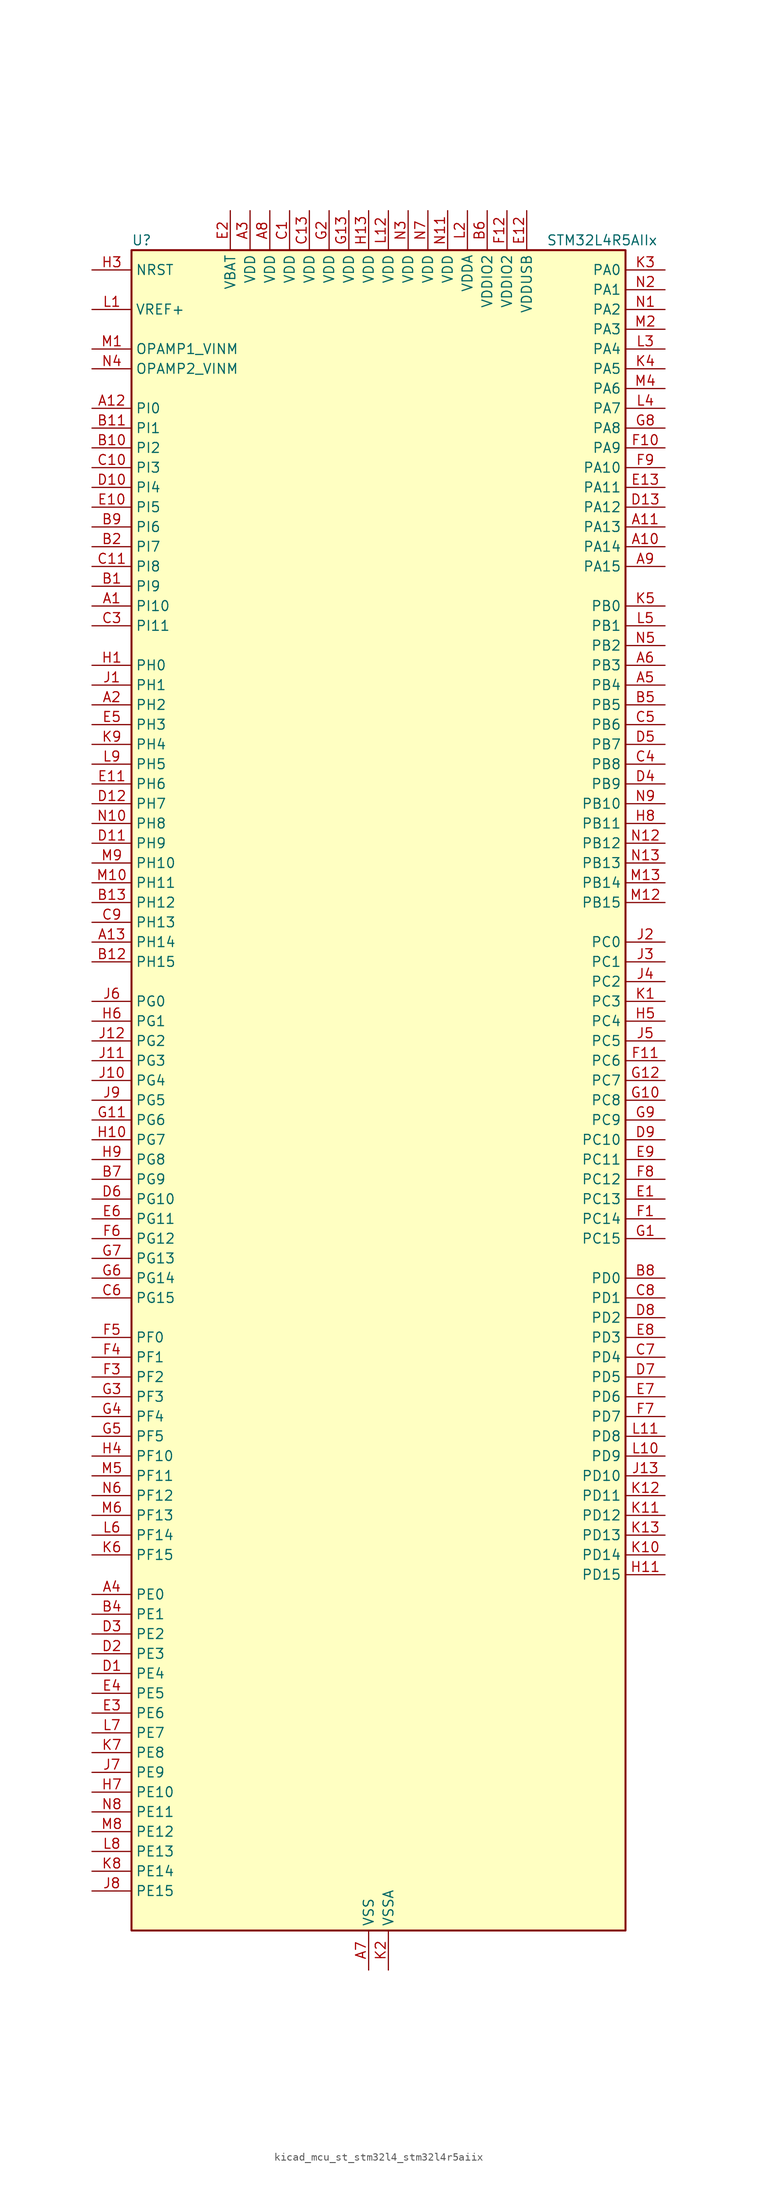
<source format=kicad_sym>
(kicad_symbol_lib
  (version 20220914)
  (generator kicad_symbol_editor)
  (symbol "kicad_mcu_st_stm32l4_stm32l4r5aiix"
    (property "Reference" "U"
      (at -30.48 110.49 0)
      (effects (font (size 1.27 1.27)) (justify left)))
    (property "Value" "STM32L4R5AIIx"
      (at 22.86 110.49 0)
      (effects (font (size 1.27 1.27)) (justify left)))
    (property "ki_locked" ""
      (at 0 0 0)
      (effects (font (size 1.27 1.27))))
    (symbol "kicad_mcu_st_stm32l4_stm32l4r5aiix_0_1"
      (rectangle (start -30.48 -106.68) (end 33.02 109.22) (stroke (width 0.254) (type default)) (fill (type background))))
    (symbol "kicad_mcu_st_stm32l4_stm32l4r5aiix_1_1"
      (pin bidirectional line (at -35.56 63.5 0) (length 5.08) (name "PI10" (effects (font (size 1.27 1.27)))) (number "A1" (effects (font (size 1.27 1.27)))) (alternate "OCTOSPIM_P2_IO1" bidirectional line))
      (pin bidirectional line (at 38.1 71.12 180) (length 5.08) (name "PA14" (effects (font (size 1.27 1.27)))) (number "A10" (effects (font (size 1.27 1.27)))) (alternate "I2C1_SMBA" bidirectional line) (alternate "I2C4_SMBA" bidirectional line) (alternate "LPTIM1_OUT" bidirectional line) (alternate "SAI1_FS_B" bidirectional line) (alternate "SYS_JTCK-SWCLK" bidirectional line) (alternate "USB_OTG_FS_SOF" bidirectional line))
      (pin bidirectional line (at 38.1 73.66 180) (length 5.08) (name "PA13" (effects (font (size 1.27 1.27)))) (number "A11" (effects (font (size 1.27 1.27)))) (alternate "IR_OUT" bidirectional line) (alternate "SAI1_SD_B" bidirectional line) (alternate "SYS_JTMS-SWDIO" bidirectional line) (alternate "USB_OTG_FS_NOE" bidirectional line))
      (pin bidirectional line (at -35.56 88.9 0) (length 5.08) (name "PI0" (effects (font (size 1.27 1.27)))) (number "A12" (effects (font (size 1.27 1.27)))) (alternate "DCMI_D13" bidirectional line) (alternate "OCTOSPIM_P1_IO5" bidirectional line) (alternate "SPI2_NSS" bidirectional line) (alternate "TIM5_CH4" bidirectional line))
      (pin bidirectional line (at -35.56 20.32 0) (length 5.08) (name "PH14" (effects (font (size 1.27 1.27)))) (number "A13" (effects (font (size 1.27 1.27)))) (alternate "DCMI_D4" bidirectional line) (alternate "TIM8_CH2N" bidirectional line))
      (pin bidirectional line (at -35.56 50.8 0) (length 5.08) (name "PH2" (effects (font (size 1.27 1.27)))) (number "A2" (effects (font (size 1.27 1.27)))) (alternate "OCTOSPIM_P1_IO4" bidirectional line))
      (pin power_in line (at -15.24 114.3 270) (length 5.08) (name "VDD" (effects (font (size 1.27 1.27)))) (number "A3" (effects (font (size 1.27 1.27)))))
      (pin bidirectional line (at -35.56 -63.5 0) (length 5.08) (name "PE0" (effects (font (size 1.27 1.27)))) (number "A4" (effects (font (size 1.27 1.27)))) (alternate "DCMI_D2" bidirectional line) (alternate "FMC_NBL0" bidirectional line) (alternate "TIM16_CH1" bidirectional line) (alternate "TIM4_ETR" bidirectional line))
      (pin bidirectional line (at 38.1 53.34 180) (length 5.08) (name "PB4" (effects (font (size 1.27 1.27)))) (number "A5" (effects (font (size 1.27 1.27)))) (alternate "COMP2_INP" bidirectional line) (alternate "DCMI_D12" bidirectional line) (alternate "I2C3_SDA" bidirectional line) (alternate "SAI1_MCLK_B" bidirectional line) (alternate "SPI1_MISO" bidirectional line) (alternate "SPI3_MISO" bidirectional line) (alternate "SYS_JTRST" bidirectional line) (alternate "TIM17_BKIN" bidirectional line) (alternate "TIM3_CH1" bidirectional line) (alternate "TSC_G2_IO1" bidirectional line) (alternate "UART5_DE" bidirectional line) (alternate "UART5_RTS" bidirectional line) (alternate "USART1_CTS" bidirectional line) (alternate "USART1_NSS" bidirectional line))
      (pin bidirectional line (at 38.1 55.88 180) (length 5.08) (name "PB3" (effects (font (size 1.27 1.27)))) (number "A6" (effects (font (size 1.27 1.27)))) (alternate "COMP2_INM" bidirectional line) (alternate "CRS_SYNC" bidirectional line) (alternate "SAI1_SCK_B" bidirectional line) (alternate "SPI1_SCK" bidirectional line) (alternate "SPI3_SCK" bidirectional line) (alternate "SYS_JTDO-SWO" bidirectional line) (alternate "TIM2_CH2" bidirectional line) (alternate "USART1_DE" bidirectional line) (alternate "USART1_RTS" bidirectional line))
      (pin power_in line (at 0 -111.76 90) (length 5.08) (name "VSS" (effects (font (size 1.27 1.27)))) (number "A7" (effects (font (size 1.27 1.27)))))
      (pin power_in line (at -12.7 114.3 270) (length 5.08) (name "VDD" (effects (font (size 1.27 1.27)))) (number "A8" (effects (font (size 1.27 1.27)))))
      (pin bidirectional line (at 38.1 68.58 180) (length 5.08) (name "PA15" (effects (font (size 1.27 1.27)))) (number "A9" (effects (font (size 1.27 1.27)))) (alternate "ADC1_EXTI15" bidirectional line) (alternate "SAI2_FS_B" bidirectional line) (alternate "SPI1_NSS" bidirectional line) (alternate "SPI3_NSS" bidirectional line) (alternate "SYS_JTDI" bidirectional line) (alternate "TIM2_CH1" bidirectional line) (alternate "TIM2_ETR" bidirectional line) (alternate "TSC_G3_IO1" bidirectional line) (alternate "UART4_DE" bidirectional line) (alternate "UART4_RTS" bidirectional line) (alternate "USART2_RX" bidirectional line) (alternate "USART3_DE" bidirectional line) (alternate "USART3_RTS" bidirectional line))
      (pin bidirectional line (at -35.56 66.04 0) (length 5.08) (name "PI9" (effects (font (size 1.27 1.27)))) (number "B1" (effects (font (size 1.27 1.27)))) (alternate "CAN1_RX" bidirectional line) (alternate "DAC1_EXTI9" bidirectional line) (alternate "OCTOSPIM_P2_IO2" bidirectional line))
      (pin bidirectional line (at -35.56 83.82 0) (length 5.08) (name "PI2" (effects (font (size 1.27 1.27)))) (number "B10" (effects (font (size 1.27 1.27)))) (alternate "DCMI_D9" bidirectional line) (alternate "SPI2_MISO" bidirectional line) (alternate "TIM8_CH4" bidirectional line))
      (pin bidirectional line (at -35.56 86.36 0) (length 5.08) (name "PI1" (effects (font (size 1.27 1.27)))) (number "B11" (effects (font (size 1.27 1.27)))) (alternate "DCMI_D8" bidirectional line) (alternate "SPI2_SCK" bidirectional line))
      (pin bidirectional line (at -35.56 17.78 0) (length 5.08) (name "PH15" (effects (font (size 1.27 1.27)))) (number "B12" (effects (font (size 1.27 1.27)))) (alternate "ADC1_EXTI15" bidirectional line) (alternate "DCMI_D11" bidirectional line) (alternate "OCTOSPIM_P2_IO6" bidirectional line) (alternate "TIM8_CH3N" bidirectional line))
      (pin bidirectional line (at -35.56 25.4 0) (length 5.08) (name "PH12" (effects (font (size 1.27 1.27)))) (number "B13" (effects (font (size 1.27 1.27)))) (alternate "DCMI_D3" bidirectional line) (alternate "OCTOSPIM_P2_IO7" bidirectional line) (alternate "TIM5_CH3" bidirectional line))
      (pin bidirectional line (at -35.56 71.12 0) (length 5.08) (name "PI7" (effects (font (size 1.27 1.27)))) (number "B2" (effects (font (size 1.27 1.27)))) (alternate "DCMI_D7" bidirectional line) (alternate "TIM8_CH3" bidirectional line))
      (pin passive line (at 0 -111.76 90) (length 5.08) hide (name "VSS" (effects (font (size 1.27 1.27)))) (number "B3" (effects (font (size 1.27 1.27)))))
      (pin bidirectional line (at -35.56 -66.04 0) (length 5.08) (name "PE1" (effects (font (size 1.27 1.27)))) (number "B4" (effects (font (size 1.27 1.27)))) (alternate "DCMI_D3" bidirectional line) (alternate "FMC_NBL1" bidirectional line) (alternate "TIM17_CH1" bidirectional line))
      (pin bidirectional line (at 38.1 50.8 180) (length 5.08) (name "PB5" (effects (font (size 1.27 1.27)))) (number "B5" (effects (font (size 1.27 1.27)))) (alternate "COMP2_OUT" bidirectional line) (alternate "DCMI_D10" bidirectional line) (alternate "I2C1_SMBA" bidirectional line) (alternate "LPTIM1_IN1" bidirectional line) (alternate "SAI1_SD_B" bidirectional line) (alternate "SPI1_MOSI" bidirectional line) (alternate "SPI3_MOSI" bidirectional line) (alternate "TIM16_BKIN" bidirectional line) (alternate "TIM3_CH2" bidirectional line) (alternate "TSC_G2_IO2" bidirectional line) (alternate "UART5_CTS" bidirectional line) (alternate "USART1_CK" bidirectional line))
      (pin power_in line (at 15.24 114.3 270) (length 5.08) (name "VDDIO2" (effects (font (size 1.27 1.27)))) (number "B6" (effects (font (size 1.27 1.27)))))
      (pin bidirectional line (at -35.56 -10.16 0) (length 5.08) (name "PG9" (effects (font (size 1.27 1.27)))) (number "B7" (effects (font (size 1.27 1.27)))) (alternate "DAC1_EXTI9" bidirectional line) (alternate "FMC_NCE" bidirectional line) (alternate "FMC_NE2" bidirectional line) (alternate "OCTOSPIM_P2_IO6" bidirectional line) (alternate "SAI2_SCK_A" bidirectional line) (alternate "SPI3_SCK" bidirectional line) (alternate "TIM15_CH1N" bidirectional line) (alternate "USART1_TX" bidirectional line))
      (pin bidirectional line (at 38.1 -22.86 180) (length 5.08) (name "PD0" (effects (font (size 1.27 1.27)))) (number "B8" (effects (font (size 1.27 1.27)))) (alternate "CAN1_RX" bidirectional line) (alternate "DFSDM1_DATIN7" bidirectional line) (alternate "FMC_D2" bidirectional line) (alternate "FMC_DA2" bidirectional line) (alternate "SPI2_NSS" bidirectional line))
      (pin bidirectional line (at -35.56 73.66 0) (length 5.08) (name "PI6" (effects (font (size 1.27 1.27)))) (number "B9" (effects (font (size 1.27 1.27)))) (alternate "DCMI_D6" bidirectional line) (alternate "OCTOSPIM_P2_CLK" bidirectional line) (alternate "TIM8_CH2" bidirectional line))
      (pin power_in line (at -10.16 114.3 270) (length 5.08) (name "VDD" (effects (font (size 1.27 1.27)))) (number "C1" (effects (font (size 1.27 1.27)))))
      (pin bidirectional line (at -35.56 81.28 0) (length 5.08) (name "PI3" (effects (font (size 1.27 1.27)))) (number "C10" (effects (font (size 1.27 1.27)))) (alternate "DCMI_D10" bidirectional line) (alternate "SPI2_MOSI" bidirectional line) (alternate "TIM8_ETR" bidirectional line))
      (pin bidirectional line (at -35.56 68.58 0) (length 5.08) (name "PI8" (effects (font (size 1.27 1.27)))) (number "C11" (effects (font (size 1.27 1.27)))) (alternate "DCMI_D12" bidirectional line) (alternate "OCTOSPIM_P2_NCS" bidirectional line))
      (pin passive line (at 0 -111.76 90) (length 5.08) hide (name "VSS" (effects (font (size 1.27 1.27)))) (number "C12" (effects (font (size 1.27 1.27)))))
      (pin power_in line (at -7.62 114.3 270) (length 5.08) (name "VDD" (effects (font (size 1.27 1.27)))) (number "C13" (effects (font (size 1.27 1.27)))))
      (pin passive line (at 0 -111.76 90) (length 5.08) hide (name "VSS" (effects (font (size 1.27 1.27)))) (number "C2" (effects (font (size 1.27 1.27)))))
      (pin bidirectional line (at -35.56 60.96 0) (length 5.08) (name "PI11" (effects (font (size 1.27 1.27)))) (number "C3" (effects (font (size 1.27 1.27)))) (alternate "ADC1_EXTI11" bidirectional line) (alternate "OCTOSPIM_P2_IO0" bidirectional line))
      (pin bidirectional line (at 38.1 43.18 180) (length 5.08) (name "PB8" (effects (font (size 1.27 1.27)))) (number "C4" (effects (font (size 1.27 1.27)))) (alternate "CAN1_RX" bidirectional line) (alternate "DCMI_D6" bidirectional line) (alternate "DFSDM1_CKOUT" bidirectional line) (alternate "DFSDM1_DATIN6" bidirectional line) (alternate "I2C1_SCL" bidirectional line) (alternate "SAI1_CK1" bidirectional line) (alternate "SAI1_MCLK_A" bidirectional line) (alternate "SDMMC1_CKIN" bidirectional line) (alternate "SDMMC1_D4" bidirectional line) (alternate "TIM16_CH1" bidirectional line) (alternate "TIM4_CH3" bidirectional line))
      (pin bidirectional line (at 38.1 48.26 180) (length 5.08) (name "PB6" (effects (font (size 1.27 1.27)))) (number "C5" (effects (font (size 1.27 1.27)))) (alternate "COMP2_INP" bidirectional line) (alternate "DCMI_D5" bidirectional line) (alternate "DFSDM1_DATIN5" bidirectional line) (alternate "I2C1_SCL" bidirectional line) (alternate "I2C4_SCL" bidirectional line) (alternate "LPTIM1_ETR" bidirectional line) (alternate "SAI1_FS_B" bidirectional line) (alternate "TIM16_CH1N" bidirectional line) (alternate "TIM4_CH1" bidirectional line) (alternate "TIM8_BKIN2" bidirectional line) (alternate "TSC_G2_IO3" bidirectional line) (alternate "USART1_TX" bidirectional line))
      (pin bidirectional line (at -35.56 -25.4 0) (length 5.08) (name "PG15" (effects (font (size 1.27 1.27)))) (number "C6" (effects (font (size 1.27 1.27)))) (alternate "ADC1_EXTI15" bidirectional line) (alternate "DCMI_D13" bidirectional line) (alternate "I2C1_SMBA" bidirectional line) (alternate "LPTIM1_OUT" bidirectional line) (alternate "OCTOSPIM_P2_DQS" bidirectional line))
      (pin bidirectional line (at 38.1 -33.02 180) (length 5.08) (name "PD4" (effects (font (size 1.27 1.27)))) (number "C7" (effects (font (size 1.27 1.27)))) (alternate "DFSDM1_CKIN0" bidirectional line) (alternate "FMC_NOE" bidirectional line) (alternate "OCTOSPIM_P1_IO4" bidirectional line) (alternate "SPI2_MOSI" bidirectional line) (alternate "USART2_DE" bidirectional line) (alternate "USART2_RTS" bidirectional line))
      (pin bidirectional line (at 38.1 -25.4 180) (length 5.08) (name "PD1" (effects (font (size 1.27 1.27)))) (number "C8" (effects (font (size 1.27 1.27)))) (alternate "CAN1_TX" bidirectional line) (alternate "DFSDM1_CKIN7" bidirectional line) (alternate "FMC_D3" bidirectional line) (alternate "FMC_DA3" bidirectional line) (alternate "SPI2_SCK" bidirectional line))
      (pin bidirectional line (at -35.56 22.86 0) (length 5.08) (name "PH13" (effects (font (size 1.27 1.27)))) (number "C9" (effects (font (size 1.27 1.27)))) (alternate "CAN1_TX" bidirectional line) (alternate "TIM8_CH1N" bidirectional line))
      (pin bidirectional line (at -35.56 -73.66 0) (length 5.08) (name "PE4" (effects (font (size 1.27 1.27)))) (number "D1" (effects (font (size 1.27 1.27)))) (alternate "DCMI_D4" bidirectional line) (alternate "DFSDM1_DATIN3" bidirectional line) (alternate "FMC_A20" bidirectional line) (alternate "SAI1_D2" bidirectional line) (alternate "SAI1_FS_A" bidirectional line) (alternate "SYS_TRACED1" bidirectional line) (alternate "TIM3_CH2" bidirectional line) (alternate "TSC_G7_IO3" bidirectional line))
      (pin bidirectional line (at -35.56 78.74 0) (length 5.08) (name "PI4" (effects (font (size 1.27 1.27)))) (number "D10" (effects (font (size 1.27 1.27)))) (alternate "DCMI_D5" bidirectional line) (alternate "TIM8_BKIN" bidirectional line))
      (pin bidirectional line (at -35.56 33.02 0) (length 5.08) (name "PH9" (effects (font (size 1.27 1.27)))) (number "D11" (effects (font (size 1.27 1.27)))) (alternate "DAC1_EXTI9" bidirectional line) (alternate "DCMI_D0" bidirectional line) (alternate "I2C3_SMBA" bidirectional line) (alternate "OCTOSPIM_P2_IO4" bidirectional line))
      (pin bidirectional line (at -35.56 38.1 0) (length 5.08) (name "PH7" (effects (font (size 1.27 1.27)))) (number "D12" (effects (font (size 1.27 1.27)))) (alternate "DCMI_D9" bidirectional line) (alternate "I2C3_SCL" bidirectional line))
      (pin bidirectional line (at 38.1 76.2 180) (length 5.08) (name "PA12" (effects (font (size 1.27 1.27)))) (number "D13" (effects (font (size 1.27 1.27)))) (alternate "CAN1_TX" bidirectional line) (alternate "SPI1_MOSI" bidirectional line) (alternate "TIM1_ETR" bidirectional line) (alternate "USART1_DE" bidirectional line) (alternate "USART1_RTS" bidirectional line) (alternate "USB_OTG_FS_DP" bidirectional line))
      (pin bidirectional line (at -35.56 -71.12 0) (length 5.08) (name "PE3" (effects (font (size 1.27 1.27)))) (number "D2" (effects (font (size 1.27 1.27)))) (alternate "FMC_A19" bidirectional line) (alternate "OCTOSPIM_P1_DQS" bidirectional line) (alternate "SAI1_SD_B" bidirectional line) (alternate "SYS_TRACED0" bidirectional line) (alternate "TIM3_CH1" bidirectional line) (alternate "TSC_G7_IO2" bidirectional line))
      (pin bidirectional line (at -35.56 -68.58 0) (length 5.08) (name "PE2" (effects (font (size 1.27 1.27)))) (number "D3" (effects (font (size 1.27 1.27)))) (alternate "FMC_A23" bidirectional line) (alternate "SAI1_CK1" bidirectional line) (alternate "SAI1_MCLK_A" bidirectional line) (alternate "SYS_TRACECLK" bidirectional line) (alternate "TIM3_ETR" bidirectional line) (alternate "TSC_G7_IO1" bidirectional line))
      (pin bidirectional line (at 38.1 40.64 180) (length 5.08) (name "PB9" (effects (font (size 1.27 1.27)))) (number "D4" (effects (font (size 1.27 1.27)))) (alternate "CAN1_TX" bidirectional line) (alternate "DAC1_EXTI9" bidirectional line) (alternate "DCMI_D7" bidirectional line) (alternate "DFSDM1_CKIN6" bidirectional line) (alternate "I2C1_SDA" bidirectional line) (alternate "IR_OUT" bidirectional line) (alternate "SAI1_D2" bidirectional line) (alternate "SAI1_FS_A" bidirectional line) (alternate "SDMMC1_CDIR" bidirectional line) (alternate "SDMMC1_D5" bidirectional line) (alternate "SPI2_NSS" bidirectional line) (alternate "TIM17_CH1" bidirectional line) (alternate "TIM4_CH4" bidirectional line))
      (pin bidirectional line (at 38.1 45.72 180) (length 5.08) (name "PB7" (effects (font (size 1.27 1.27)))) (number "D5" (effects (font (size 1.27 1.27)))) (alternate "COMP2_INM" bidirectional line) (alternate "DCMI_VSYNC" bidirectional line) (alternate "DFSDM1_CKIN5" bidirectional line) (alternate "FMC_NL" bidirectional line) (alternate "I2C1_SDA" bidirectional line) (alternate "I2C4_SDA" bidirectional line) (alternate "LPTIM1_IN2" bidirectional line) (alternate "SYS_PVD_IN" bidirectional line) (alternate "TIM17_CH1N" bidirectional line) (alternate "TIM4_CH2" bidirectional line) (alternate "TIM8_BKIN" bidirectional line) (alternate "TSC_G2_IO4" bidirectional line) (alternate "UART4_CTS" bidirectional line) (alternate "USART1_RX" bidirectional line))
      (pin bidirectional line (at -35.56 -12.7 0) (length 5.08) (name "PG10" (effects (font (size 1.27 1.27)))) (number "D6" (effects (font (size 1.27 1.27)))) (alternate "FMC_NE3" bidirectional line) (alternate "LPTIM1_IN1" bidirectional line) (alternate "OCTOSPIM_P2_IO7" bidirectional line) (alternate "SAI2_FS_A" bidirectional line) (alternate "SPI3_MISO" bidirectional line) (alternate "TIM15_CH1" bidirectional line) (alternate "USART1_RX" bidirectional line))
      (pin bidirectional line (at 38.1 -35.56 180) (length 5.08) (name "PD5" (effects (font (size 1.27 1.27)))) (number "D7" (effects (font (size 1.27 1.27)))) (alternate "FMC_NWE" bidirectional line) (alternate "OCTOSPIM_P1_IO5" bidirectional line) (alternate "USART2_TX" bidirectional line))
      (pin bidirectional line (at 38.1 -27.94 180) (length 5.08) (name "PD2" (effects (font (size 1.27 1.27)))) (number "D8" (effects (font (size 1.27 1.27)))) (alternate "DCMI_D11" bidirectional line) (alternate "SDMMC1_CMD" bidirectional line) (alternate "SYS_TRACED2" bidirectional line) (alternate "TIM3_ETR" bidirectional line) (alternate "TSC_SYNC" bidirectional line) (alternate "UART5_RX" bidirectional line) (alternate "USART3_DE" bidirectional line) (alternate "USART3_RTS" bidirectional line))
      (pin bidirectional line (at 38.1 -5.08 180) (length 5.08) (name "PC10" (effects (font (size 1.27 1.27)))) (number "D9" (effects (font (size 1.27 1.27)))) (alternate "DCMI_D8" bidirectional line) (alternate "SAI2_SCK_B" bidirectional line) (alternate "SDMMC1_D2" bidirectional line) (alternate "SPI3_SCK" bidirectional line) (alternate "SYS_TRACED1" bidirectional line) (alternate "TSC_G3_IO2" bidirectional line) (alternate "UART4_TX" bidirectional line) (alternate "USART3_TX" bidirectional line))
      (pin bidirectional line (at 38.1 -12.7 180) (length 5.08) (name "PC13" (effects (font (size 1.27 1.27)))) (number "E1" (effects (font (size 1.27 1.27)))) (alternate "RTC_OUT_ALARM" bidirectional line) (alternate "RTC_OUT_CALIB" bidirectional line) (alternate "RTC_TAMP1" bidirectional line) (alternate "RTC_TS" bidirectional line) (alternate "SYS_WKUP2" bidirectional line))
      (pin bidirectional line (at -35.56 76.2 0) (length 5.08) (name "PI5" (effects (font (size 1.27 1.27)))) (number "E10" (effects (font (size 1.27 1.27)))) (alternate "DCMI_VSYNC" bidirectional line) (alternate "OCTOSPIM_P2_NCS" bidirectional line) (alternate "TIM8_CH1" bidirectional line))
      (pin bidirectional line (at -35.56 40.64 0) (length 5.08) (name "PH6" (effects (font (size 1.27 1.27)))) (number "E11" (effects (font (size 1.27 1.27)))) (alternate "DCMI_D8" bidirectional line) (alternate "I2C2_SMBA" bidirectional line) (alternate "OCTOSPIM_P2_CLK" bidirectional line))
      (pin power_in line (at 20.32 114.3 270) (length 5.08) (name "VDDUSB" (effects (font (size 1.27 1.27)))) (number "E12" (effects (font (size 1.27 1.27)))))
      (pin bidirectional line (at 38.1 78.74 180) (length 5.08) (name "PA11" (effects (font (size 1.27 1.27)))) (number "E13" (effects (font (size 1.27 1.27)))) (alternate "ADC1_EXTI11" bidirectional line) (alternate "CAN1_RX" bidirectional line) (alternate "SPI1_MISO" bidirectional line) (alternate "TIM1_BKIN2" bidirectional line) (alternate "TIM1_CH4" bidirectional line) (alternate "USART1_CTS" bidirectional line) (alternate "USART1_NSS" bidirectional line) (alternate "USB_OTG_FS_DM" bidirectional line))
      (pin power_in line (at -17.78 114.3 270) (length 5.08) (name "VBAT" (effects (font (size 1.27 1.27)))) (number "E2" (effects (font (size 1.27 1.27)))))
      (pin bidirectional line (at -35.56 -78.74 0) (length 5.08) (name "PE6" (effects (font (size 1.27 1.27)))) (number "E3" (effects (font (size 1.27 1.27)))) (alternate "DCMI_D7" bidirectional line) (alternate "FMC_A22" bidirectional line) (alternate "RTC_TAMP3" bidirectional line) (alternate "SAI1_D1" bidirectional line) (alternate "SAI1_SD_A" bidirectional line) (alternate "SYS_TRACED3" bidirectional line) (alternate "SYS_WKUP3" bidirectional line) (alternate "TIM3_CH4" bidirectional line))
      (pin bidirectional line (at -35.56 -76.2 0) (length 5.08) (name "PE5" (effects (font (size 1.27 1.27)))) (number "E4" (effects (font (size 1.27 1.27)))) (alternate "DCMI_D6" bidirectional line) (alternate "DFSDM1_CKIN3" bidirectional line) (alternate "FMC_A21" bidirectional line) (alternate "SAI1_CK2" bidirectional line) (alternate "SAI1_SCK_A" bidirectional line) (alternate "SYS_TRACED2" bidirectional line) (alternate "TIM3_CH3" bidirectional line) (alternate "TSC_G7_IO4" bidirectional line))
      (pin bidirectional line (at -35.56 48.26 0) (length 5.08) (name "PH3" (effects (font (size 1.27 1.27)))) (number "E5" (effects (font (size 1.27 1.27)))))
      (pin bidirectional line (at -35.56 -15.24 0) (length 5.08) (name "PG11" (effects (font (size 1.27 1.27)))) (number "E6" (effects (font (size 1.27 1.27)))) (alternate "ADC1_EXTI11" bidirectional line) (alternate "LPTIM1_IN2" bidirectional line) (alternate "OCTOSPIM_P1_IO5" bidirectional line) (alternate "SAI2_MCLK_A" bidirectional line) (alternate "SPI3_MOSI" bidirectional line) (alternate "TIM15_CH2" bidirectional line) (alternate "USART1_CTS" bidirectional line) (alternate "USART1_NSS" bidirectional line))
      (pin bidirectional line (at 38.1 -38.1 180) (length 5.08) (name "PD6" (effects (font (size 1.27 1.27)))) (number "E7" (effects (font (size 1.27 1.27)))) (alternate "DCMI_D10" bidirectional line) (alternate "DFSDM1_DATIN1" bidirectional line) (alternate "FMC_NWAIT" bidirectional line) (alternate "OCTOSPIM_P1_IO6" bidirectional line) (alternate "SAI1_D1" bidirectional line) (alternate "SAI1_SD_A" bidirectional line) (alternate "SPI3_MOSI" bidirectional line) (alternate "USART2_RX" bidirectional line))
      (pin bidirectional line (at 38.1 -30.48 180) (length 5.08) (name "PD3" (effects (font (size 1.27 1.27)))) (number "E8" (effects (font (size 1.27 1.27)))) (alternate "DCMI_D5" bidirectional line) (alternate "DFSDM1_DATIN0" bidirectional line) (alternate "FMC_CLK" bidirectional line) (alternate "OCTOSPIM_P2_NCS" bidirectional line) (alternate "SPI2_MISO" bidirectional line) (alternate "SPI2_SCK" bidirectional line) (alternate "USART2_CTS" bidirectional line) (alternate "USART2_NSS" bidirectional line))
      (pin bidirectional line (at 38.1 -7.62 180) (length 5.08) (name "PC11" (effects (font (size 1.27 1.27)))) (number "E9" (effects (font (size 1.27 1.27)))) (alternate "ADC1_EXTI11" bidirectional line) (alternate "DCMI_D2" bidirectional line) (alternate "DCMI_D4" bidirectional line) (alternate "OCTOSPIM_P1_NCS" bidirectional line) (alternate "SAI2_MCLK_B" bidirectional line) (alternate "SDMMC1_D3" bidirectional line) (alternate "SPI3_MISO" bidirectional line) (alternate "TSC_G3_IO3" bidirectional line) (alternate "UART4_RX" bidirectional line) (alternate "USART3_RX" bidirectional line))
      (pin bidirectional line (at 38.1 -15.24 180) (length 5.08) (name "PC14" (effects (font (size 1.27 1.27)))) (number "F1" (effects (font (size 1.27 1.27)))) (alternate "RCC_OSC32_IN" bidirectional line))
      (pin bidirectional line (at 38.1 83.82 180) (length 5.08) (name "PA9" (effects (font (size 1.27 1.27)))) (number "F10" (effects (font (size 1.27 1.27)))) (alternate "DAC1_EXTI9" bidirectional line) (alternate "DCMI_D0" bidirectional line) (alternate "SAI1_FS_A" bidirectional line) (alternate "SPI2_SCK" bidirectional line) (alternate "TIM15_BKIN" bidirectional line) (alternate "TIM1_CH2" bidirectional line) (alternate "USART1_TX" bidirectional line) (alternate "USB_OTG_FS_VBUS" bidirectional line))
      (pin bidirectional line (at 38.1 5.08 180) (length 5.08) (name "PC6" (effects (font (size 1.27 1.27)))) (number "F11" (effects (font (size 1.27 1.27)))) (alternate "DCMI_D0" bidirectional line) (alternate "DFSDM1_CKIN3" bidirectional line) (alternate "SAI2_MCLK_A" bidirectional line) (alternate "SDMMC1_D0DIR" bidirectional line) (alternate "SDMMC1_D6" bidirectional line) (alternate "TIM3_CH1" bidirectional line) (alternate "TIM8_CH1" bidirectional line) (alternate "TSC_G4_IO1" bidirectional line))
      (pin power_in line (at 17.78 114.3 270) (length 5.08) (name "VDDIO2" (effects (font (size 1.27 1.27)))) (number "F12" (effects (font (size 1.27 1.27)))))
      (pin passive line (at 0 -111.76 90) (length 5.08) hide (name "VSS" (effects (font (size 1.27 1.27)))) (number "F13" (effects (font (size 1.27 1.27)))))
      (pin passive line (at 0 -111.76 90) (length 5.08) hide (name "VSS" (effects (font (size 1.27 1.27)))) (number "F2" (effects (font (size 1.27 1.27)))))
      (pin bidirectional line (at -35.56 -35.56 0) (length 5.08) (name "PF2" (effects (font (size 1.27 1.27)))) (number "F3" (effects (font (size 1.27 1.27)))) (alternate "FMC_A2" bidirectional line) (alternate "I2C2_SMBA" bidirectional line) (alternate "OCTOSPIM_P2_IO2" bidirectional line))
      (pin bidirectional line (at -35.56 -33.02 0) (length 5.08) (name "PF1" (effects (font (size 1.27 1.27)))) (number "F4" (effects (font (size 1.27 1.27)))) (alternate "FMC_A1" bidirectional line) (alternate "I2C2_SCL" bidirectional line) (alternate "OCTOSPIM_P2_IO1" bidirectional line))
      (pin bidirectional line (at -35.56 -30.48 0) (length 5.08) (name "PF0" (effects (font (size 1.27 1.27)))) (number "F5" (effects (font (size 1.27 1.27)))) (alternate "FMC_A0" bidirectional line) (alternate "I2C2_SDA" bidirectional line) (alternate "OCTOSPIM_P2_IO0" bidirectional line))
      (pin bidirectional line (at -35.56 -17.78 0) (length 5.08) (name "PG12" (effects (font (size 1.27 1.27)))) (number "F6" (effects (font (size 1.27 1.27)))) (alternate "FMC_NE4" bidirectional line) (alternate "LPTIM1_ETR" bidirectional line) (alternate "OCTOSPIM_P2_NCS" bidirectional line) (alternate "SAI2_SD_A" bidirectional line) (alternate "SPI3_NSS" bidirectional line) (alternate "USART1_DE" bidirectional line) (alternate "USART1_RTS" bidirectional line))
      (pin bidirectional line (at 38.1 -40.64 180) (length 5.08) (name "PD7" (effects (font (size 1.27 1.27)))) (number "F7" (effects (font (size 1.27 1.27)))) (alternate "DFSDM1_CKIN1" bidirectional line) (alternate "FMC_NCE" bidirectional line) (alternate "FMC_NE1" bidirectional line) (alternate "OCTOSPIM_P1_IO7" bidirectional line) (alternate "USART2_CK" bidirectional line))
      (pin bidirectional line (at 38.1 -10.16 180) (length 5.08) (name "PC12" (effects (font (size 1.27 1.27)))) (number "F8" (effects (font (size 1.27 1.27)))) (alternate "DCMI_D9" bidirectional line) (alternate "SAI2_SD_B" bidirectional line) (alternate "SDMMC1_CK" bidirectional line) (alternate "SPI3_MOSI" bidirectional line) (alternate "SYS_TRACED3" bidirectional line) (alternate "TSC_G3_IO4" bidirectional line) (alternate "UART5_TX" bidirectional line) (alternate "USART3_CK" bidirectional line))
      (pin bidirectional line (at 38.1 81.28 180) (length 5.08) (name "PA10" (effects (font (size 1.27 1.27)))) (number "F9" (effects (font (size 1.27 1.27)))) (alternate "DCMI_D1" bidirectional line) (alternate "SAI1_D1" bidirectional line) (alternate "SAI1_SD_A" bidirectional line) (alternate "TIM17_BKIN" bidirectional line) (alternate "TIM1_CH3" bidirectional line) (alternate "USART1_RX" bidirectional line) (alternate "USB_OTG_FS_ID" bidirectional line))
      (pin bidirectional line (at 38.1 -17.78 180) (length 5.08) (name "PC15" (effects (font (size 1.27 1.27)))) (number "G1" (effects (font (size 1.27 1.27)))) (alternate "ADC1_EXTI15" bidirectional line) (alternate "RCC_OSC32_OUT" bidirectional line))
      (pin bidirectional line (at 38.1 0 180) (length 5.08) (name "PC8" (effects (font (size 1.27 1.27)))) (number "G10" (effects (font (size 1.27 1.27)))) (alternate "DCMI_D2" bidirectional line) (alternate "SDMMC1_D0" bidirectional line) (alternate "TIM3_CH3" bidirectional line) (alternate "TIM8_CH3" bidirectional line) (alternate "TSC_G4_IO3" bidirectional line))
      (pin bidirectional line (at -35.56 -2.54 0) (length 5.08) (name "PG6" (effects (font (size 1.27 1.27)))) (number "G11" (effects (font (size 1.27 1.27)))) (alternate "I2C3_SMBA" bidirectional line) (alternate "LPUART1_DE" bidirectional line) (alternate "LPUART1_RTS" bidirectional line) (alternate "OCTOSPIM_P1_DQS" bidirectional line))
      (pin bidirectional line (at 38.1 2.54 180) (length 5.08) (name "PC7" (effects (font (size 1.27 1.27)))) (number "G12" (effects (font (size 1.27 1.27)))) (alternate "DCMI_D1" bidirectional line) (alternate "DFSDM1_DATIN3" bidirectional line) (alternate "SAI2_MCLK_B" bidirectional line) (alternate "SDMMC1_D123DIR" bidirectional line) (alternate "SDMMC1_D7" bidirectional line) (alternate "TIM3_CH2" bidirectional line) (alternate "TIM8_CH2" bidirectional line) (alternate "TSC_G4_IO2" bidirectional line))
      (pin power_in line (at -2.54 114.3 270) (length 5.08) (name "VDD" (effects (font (size 1.27 1.27)))) (number "G13" (effects (font (size 1.27 1.27)))))
      (pin power_in line (at -5.08 114.3 270) (length 5.08) (name "VDD" (effects (font (size 1.27 1.27)))) (number "G2" (effects (font (size 1.27 1.27)))))
      (pin bidirectional line (at -35.56 -38.1 0) (length 5.08) (name "PF3" (effects (font (size 1.27 1.27)))) (number "G3" (effects (font (size 1.27 1.27)))) (alternate "FMC_A3" bidirectional line) (alternate "OCTOSPIM_P2_IO3" bidirectional line))
      (pin bidirectional line (at -35.56 -40.64 0) (length 5.08) (name "PF4" (effects (font (size 1.27 1.27)))) (number "G4" (effects (font (size 1.27 1.27)))) (alternate "FMC_A4" bidirectional line) (alternate "OCTOSPIM_P2_CLK" bidirectional line))
      (pin bidirectional line (at -35.56 -43.18 0) (length 5.08) (name "PF5" (effects (font (size 1.27 1.27)))) (number "G5" (effects (font (size 1.27 1.27)))) (alternate "FMC_A5" bidirectional line))
      (pin bidirectional line (at -35.56 -22.86 0) (length 5.08) (name "PG14" (effects (font (size 1.27 1.27)))) (number "G6" (effects (font (size 1.27 1.27)))) (alternate "FMC_A25" bidirectional line) (alternate "I2C1_SCL" bidirectional line))
      (pin bidirectional line (at -35.56 -20.32 0) (length 5.08) (name "PG13" (effects (font (size 1.27 1.27)))) (number "G7" (effects (font (size 1.27 1.27)))) (alternate "FMC_A24" bidirectional line) (alternate "I2C1_SDA" bidirectional line) (alternate "USART1_CK" bidirectional line))
      (pin bidirectional line (at 38.1 86.36 180) (length 5.08) (name "PA8" (effects (font (size 1.27 1.27)))) (number "G8" (effects (font (size 1.27 1.27)))) (alternate "LPTIM2_OUT" bidirectional line) (alternate "RCC_MCO" bidirectional line) (alternate "SAI1_CK2" bidirectional line) (alternate "SAI1_SCK_A" bidirectional line) (alternate "TIM1_CH1" bidirectional line) (alternate "USART1_CK" bidirectional line) (alternate "USB_OTG_FS_SOF" bidirectional line))
      (pin bidirectional line (at 38.1 -2.54 180) (length 5.08) (name "PC9" (effects (font (size 1.27 1.27)))) (number "G9" (effects (font (size 1.27 1.27)))) (alternate "DAC1_EXTI9" bidirectional line) (alternate "DCMI_D3" bidirectional line) (alternate "I2C3_SDA" bidirectional line) (alternate "SAI2_EXTCLK" bidirectional line) (alternate "SDMMC1_D1" bidirectional line) (alternate "SYS_TRACED0" bidirectional line) (alternate "TIM3_CH4" bidirectional line) (alternate "TIM8_BKIN2" bidirectional line) (alternate "TIM8_CH4" bidirectional line) (alternate "TSC_G4_IO4" bidirectional line) (alternate "USB_OTG_FS_NOE" bidirectional line))
      (pin bidirectional line (at -35.56 55.88 0) (length 5.08) (name "PH0" (effects (font (size 1.27 1.27)))) (number "H1" (effects (font (size 1.27 1.27)))) (alternate "RCC_OSC_IN" bidirectional line))
      (pin bidirectional line (at -35.56 -5.08 0) (length 5.08) (name "PG7" (effects (font (size 1.27 1.27)))) (number "H10" (effects (font (size 1.27 1.27)))) (alternate "DFSDM1_CKOUT" bidirectional line) (alternate "FMC_INT" bidirectional line) (alternate "I2C3_SCL" bidirectional line) (alternate "LPUART1_TX" bidirectional line) (alternate "OCTOSPIM_P2_DQS" bidirectional line) (alternate "SAI1_CK1" bidirectional line) (alternate "SAI1_MCLK_A" bidirectional line))
      (pin bidirectional line (at 38.1 -60.96 180) (length 5.08) (name "PD15" (effects (font (size 1.27 1.27)))) (number "H11" (effects (font (size 1.27 1.27)))) (alternate "ADC1_EXTI15" bidirectional line) (alternate "FMC_D1" bidirectional line) (alternate "FMC_DA1" bidirectional line) (alternate "TIM4_CH4" bidirectional line))
      (pin passive line (at 0 -111.76 90) (length 5.08) hide (name "VSS" (effects (font (size 1.27 1.27)))) (number "H12" (effects (font (size 1.27 1.27)))))
      (pin power_in line (at 0 114.3 270) (length 5.08) (name "VDD" (effects (font (size 1.27 1.27)))) (number "H13" (effects (font (size 1.27 1.27)))))
      (pin passive line (at 0 -111.76 90) (length 5.08) hide (name "VSS" (effects (font (size 1.27 1.27)))) (number "H2" (effects (font (size 1.27 1.27)))))
      (pin input line (at -35.56 106.68 0) (length 5.08) (name "NRST" (effects (font (size 1.27 1.27)))) (number "H3" (effects (font (size 1.27 1.27)))))
      (pin bidirectional line (at -35.56 -45.72 0) (length 5.08) (name "PF10" (effects (font (size 1.27 1.27)))) (number "H4" (effects (font (size 1.27 1.27)))) (alternate "DCMI_D11" bidirectional line) (alternate "DFSDM1_CKOUT" bidirectional line) (alternate "OCTOSPIM_P1_CLK" bidirectional line) (alternate "SAI1_D3" bidirectional line) (alternate "TIM15_CH2" bidirectional line))
      (pin bidirectional line (at 38.1 10.16 180) (length 5.08) (name "PC4" (effects (font (size 1.27 1.27)))) (number "H5" (effects (font (size 1.27 1.27)))) (alternate "ADC1_IN13" bidirectional line) (alternate "COMP1_INM" bidirectional line) (alternate "OCTOSPIM_P1_IO7" bidirectional line) (alternate "USART3_TX" bidirectional line))
      (pin bidirectional line (at -35.56 10.16 0) (length 5.08) (name "PG1" (effects (font (size 1.27 1.27)))) (number "H6" (effects (font (size 1.27 1.27)))) (alternate "FMC_A11" bidirectional line) (alternate "OCTOSPIM_P2_IO5" bidirectional line) (alternate "TSC_G8_IO4" bidirectional line))
      (pin bidirectional line (at -35.56 -88.9 0) (length 5.08) (name "PE10" (effects (font (size 1.27 1.27)))) (number "H7" (effects (font (size 1.27 1.27)))) (alternate "DFSDM1_DATIN4" bidirectional line) (alternate "FMC_D7" bidirectional line) (alternate "FMC_DA7" bidirectional line) (alternate "OCTOSPIM_P1_CLK" bidirectional line) (alternate "SAI1_MCLK_B" bidirectional line) (alternate "TIM1_CH2N" bidirectional line) (alternate "TSC_G5_IO1" bidirectional line))
      (pin bidirectional line (at 38.1 35.56 180) (length 5.08) (name "PB11" (effects (font (size 1.27 1.27)))) (number "H8" (effects (font (size 1.27 1.27)))) (alternate "ADC1_EXTI11" bidirectional line) (alternate "COMP2_OUT" bidirectional line) (alternate "DFSDM1_CKIN7" bidirectional line) (alternate "I2C2_SDA" bidirectional line) (alternate "I2C4_SDA" bidirectional line) (alternate "LPUART1_TX" bidirectional line) (alternate "OCTOSPIM_P1_NCS" bidirectional line) (alternate "TIM2_CH4" bidirectional line) (alternate "USART3_RX" bidirectional line))
      (pin bidirectional line (at -35.56 -7.62 0) (length 5.08) (name "PG8" (effects (font (size 1.27 1.27)))) (number "H9" (effects (font (size 1.27 1.27)))) (alternate "I2C3_SDA" bidirectional line) (alternate "LPUART1_RX" bidirectional line))
      (pin bidirectional line (at -35.56 53.34 0) (length 5.08) (name "PH1" (effects (font (size 1.27 1.27)))) (number "J1" (effects (font (size 1.27 1.27)))) (alternate "RCC_OSC_OUT" bidirectional line))
      (pin bidirectional line (at -35.56 2.54 0) (length 5.08) (name "PG4" (effects (font (size 1.27 1.27)))) (number "J10" (effects (font (size 1.27 1.27)))) (alternate "FMC_A14" bidirectional line) (alternate "SAI2_MCLK_B" bidirectional line) (alternate "SPI1_MOSI" bidirectional line))
      (pin bidirectional line (at -35.56 5.08 0) (length 5.08) (name "PG3" (effects (font (size 1.27 1.27)))) (number "J11" (effects (font (size 1.27 1.27)))) (alternate "FMC_A13" bidirectional line) (alternate "SAI2_FS_B" bidirectional line) (alternate "SPI1_MISO" bidirectional line))
      (pin bidirectional line (at -35.56 7.62 0) (length 5.08) (name "PG2" (effects (font (size 1.27 1.27)))) (number "J12" (effects (font (size 1.27 1.27)))) (alternate "FMC_A12" bidirectional line) (alternate "SAI2_SCK_B" bidirectional line) (alternate "SPI1_SCK" bidirectional line))
      (pin bidirectional line (at 38.1 -48.26 180) (length 5.08) (name "PD10" (effects (font (size 1.27 1.27)))) (number "J13" (effects (font (size 1.27 1.27)))) (alternate "FMC_D15" bidirectional line) (alternate "FMC_DA15" bidirectional line) (alternate "SAI2_SCK_A" bidirectional line) (alternate "TSC_G6_IO1" bidirectional line) (alternate "USART3_CK" bidirectional line))
      (pin bidirectional line (at 38.1 20.32 180) (length 5.08) (name "PC0" (effects (font (size 1.27 1.27)))) (number "J2" (effects (font (size 1.27 1.27)))) (alternate "ADC1_IN1" bidirectional line) (alternate "DFSDM1_DATIN4" bidirectional line) (alternate "I2C3_SCL" bidirectional line) (alternate "LPTIM1_IN1" bidirectional line) (alternate "LPTIM2_IN1" bidirectional line) (alternate "LPUART1_RX" bidirectional line) (alternate "SAI2_FS_A" bidirectional line))
      (pin bidirectional line (at 38.1 17.78 180) (length 5.08) (name "PC1" (effects (font (size 1.27 1.27)))) (number "J3" (effects (font (size 1.27 1.27)))) (alternate "ADC1_IN2" bidirectional line) (alternate "DFSDM1_CKIN4" bidirectional line) (alternate "I2C3_SDA" bidirectional line) (alternate "LPTIM1_OUT" bidirectional line) (alternate "LPUART1_TX" bidirectional line) (alternate "OCTOSPIM_P1_IO4" bidirectional line) (alternate "SAI1_SD_A" bidirectional line) (alternate "SPI2_MOSI" bidirectional line) (alternate "SYS_TRACED0" bidirectional line))
      (pin bidirectional line (at 38.1 15.24 180) (length 5.08) (name "PC2" (effects (font (size 1.27 1.27)))) (number "J4" (effects (font (size 1.27 1.27)))) (alternate "ADC1_IN3" bidirectional line) (alternate "DFSDM1_CKOUT" bidirectional line) (alternate "LPTIM1_IN2" bidirectional line) (alternate "OCTOSPIM_P1_IO5" bidirectional line) (alternate "SPI2_MISO" bidirectional line))
      (pin bidirectional line (at 38.1 7.62 180) (length 5.08) (name "PC5" (effects (font (size 1.27 1.27)))) (number "J5" (effects (font (size 1.27 1.27)))) (alternate "ADC1_IN14" bidirectional line) (alternate "COMP1_INP" bidirectional line) (alternate "SAI1_D3" bidirectional line) (alternate "SYS_WKUP5" bidirectional line) (alternate "USART3_RX" bidirectional line))
      (pin bidirectional line (at -35.56 12.7 0) (length 5.08) (name "PG0" (effects (font (size 1.27 1.27)))) (number "J6" (effects (font (size 1.27 1.27)))) (alternate "FMC_A10" bidirectional line) (alternate "OCTOSPIM_P2_IO4" bidirectional line) (alternate "TSC_G8_IO3" bidirectional line))
      (pin bidirectional line (at -35.56 -86.36 0) (length 5.08) (name "PE9" (effects (font (size 1.27 1.27)))) (number "J7" (effects (font (size 1.27 1.27)))) (alternate "DAC1_EXTI9" bidirectional line) (alternate "DFSDM1_CKOUT" bidirectional line) (alternate "FMC_D6" bidirectional line) (alternate "FMC_DA6" bidirectional line) (alternate "SAI1_FS_B" bidirectional line) (alternate "TIM1_CH1" bidirectional line))
      (pin bidirectional line (at -35.56 -101.6 0) (length 5.08) (name "PE15" (effects (font (size 1.27 1.27)))) (number "J8" (effects (font (size 1.27 1.27)))) (alternate "ADC1_EXTI15" bidirectional line) (alternate "FMC_D12" bidirectional line) (alternate "FMC_DA12" bidirectional line) (alternate "OCTOSPIM_P1_IO3" bidirectional line) (alternate "SPI1_MOSI" bidirectional line) (alternate "TIM1_BKIN" bidirectional line))
      (pin bidirectional line (at -35.56 0 0) (length 5.08) (name "PG5" (effects (font (size 1.27 1.27)))) (number "J9" (effects (font (size 1.27 1.27)))) (alternate "FMC_A15" bidirectional line) (alternate "LPUART1_CTS" bidirectional line) (alternate "SAI2_SD_B" bidirectional line) (alternate "SPI1_NSS" bidirectional line))
      (pin bidirectional line (at 38.1 12.7 180) (length 5.08) (name "PC3" (effects (font (size 1.27 1.27)))) (number "K1" (effects (font (size 1.27 1.27)))) (alternate "ADC1_IN4" bidirectional line) (alternate "LPTIM1_ETR" bidirectional line) (alternate "LPTIM2_ETR" bidirectional line) (alternate "OCTOSPIM_P1_IO6" bidirectional line) (alternate "SAI1_D1" bidirectional line) (alternate "SAI1_SD_A" bidirectional line) (alternate "SPI2_MOSI" bidirectional line))
      (pin bidirectional line (at 38.1 -58.42 180) (length 5.08) (name "PD14" (effects (font (size 1.27 1.27)))) (number "K10" (effects (font (size 1.27 1.27)))) (alternate "FMC_D0" bidirectional line) (alternate "FMC_DA0" bidirectional line) (alternate "TIM4_CH3" bidirectional line))
      (pin bidirectional line (at 38.1 -53.34 180) (length 5.08) (name "PD12" (effects (font (size 1.27 1.27)))) (number "K11" (effects (font (size 1.27 1.27)))) (alternate "FMC_A17" bidirectional line) (alternate "FMC_ALE" bidirectional line) (alternate "I2C4_SCL" bidirectional line) (alternate "LPTIM2_IN1" bidirectional line) (alternate "SAI2_FS_A" bidirectional line) (alternate "TIM4_CH1" bidirectional line) (alternate "TSC_G6_IO3" bidirectional line) (alternate "USART3_DE" bidirectional line) (alternate "USART3_RTS" bidirectional line))
      (pin bidirectional line (at 38.1 -50.8 180) (length 5.08) (name "PD11" (effects (font (size 1.27 1.27)))) (number "K12" (effects (font (size 1.27 1.27)))) (alternate "ADC1_EXTI11" bidirectional line) (alternate "FMC_A16" bidirectional line) (alternate "FMC_CLE" bidirectional line) (alternate "I2C4_SMBA" bidirectional line) (alternate "LPTIM2_ETR" bidirectional line) (alternate "SAI2_SD_A" bidirectional line) (alternate "TSC_G6_IO2" bidirectional line) (alternate "USART3_CTS" bidirectional line) (alternate "USART3_NSS" bidirectional line))
      (pin bidirectional line (at 38.1 -55.88 180) (length 5.08) (name "PD13" (effects (font (size 1.27 1.27)))) (number "K13" (effects (font (size 1.27 1.27)))) (alternate "FMC_A18" bidirectional line) (alternate "I2C4_SDA" bidirectional line) (alternate "LPTIM2_OUT" bidirectional line) (alternate "TIM4_CH2" bidirectional line) (alternate "TSC_G6_IO4" bidirectional line))
      (pin power_in line (at 2.54 -111.76 90) (length 5.08) (name "VSSA" (effects (font (size 1.27 1.27)))) (number "K2" (effects (font (size 1.27 1.27)))))
      (pin bidirectional line (at 38.1 106.68 180) (length 5.08) (name "PA0" (effects (font (size 1.27 1.27)))) (number "K3" (effects (font (size 1.27 1.27)))) (alternate "ADC1_IN5" bidirectional line) (alternate "OPAMP1_VINP" bidirectional line) (alternate "RTC_TAMP2" bidirectional line) (alternate "SAI1_EXTCLK" bidirectional line) (alternate "SYS_WKUP1" bidirectional line) (alternate "TIM2_CH1" bidirectional line) (alternate "TIM2_ETR" bidirectional line) (alternate "TIM5_CH1" bidirectional line) (alternate "TIM8_ETR" bidirectional line) (alternate "UART4_TX" bidirectional line) (alternate "USART2_CTS" bidirectional line) (alternate "USART2_NSS" bidirectional line))
      (pin bidirectional line (at 38.1 93.98 180) (length 5.08) (name "PA5" (effects (font (size 1.27 1.27)))) (number "K4" (effects (font (size 1.27 1.27)))) (alternate "ADC1_IN10" bidirectional line) (alternate "DAC1_OUT2" bidirectional line) (alternate "LPTIM2_ETR" bidirectional line) (alternate "SPI1_SCK" bidirectional line) (alternate "TIM2_CH1" bidirectional line) (alternate "TIM2_ETR" bidirectional line) (alternate "TIM8_CH1N" bidirectional line))
      (pin bidirectional line (at 38.1 63.5 180) (length 5.08) (name "PB0" (effects (font (size 1.27 1.27)))) (number "K5" (effects (font (size 1.27 1.27)))) (alternate "ADC1_IN15" bidirectional line) (alternate "COMP1_OUT" bidirectional line) (alternate "OCTOSPIM_P1_IO1" bidirectional line) (alternate "OPAMP2_VOUT" bidirectional line) (alternate "SAI1_EXTCLK" bidirectional line) (alternate "SPI1_NSS" bidirectional line) (alternate "TIM1_CH2N" bidirectional line) (alternate "TIM3_CH3" bidirectional line) (alternate "TIM8_CH2N" bidirectional line) (alternate "USART3_CK" bidirectional line))
      (pin bidirectional line (at -35.56 -58.42 0) (length 5.08) (name "PF15" (effects (font (size 1.27 1.27)))) (number "K6" (effects (font (size 1.27 1.27)))) (alternate "ADC1_EXTI15" bidirectional line) (alternate "FMC_A9" bidirectional line) (alternate "I2C4_SDA" bidirectional line) (alternate "TSC_G8_IO2" bidirectional line))
      (pin bidirectional line (at -35.56 -83.82 0) (length 5.08) (name "PE8" (effects (font (size 1.27 1.27)))) (number "K7" (effects (font (size 1.27 1.27)))) (alternate "DFSDM1_CKIN2" bidirectional line) (alternate "FMC_D5" bidirectional line) (alternate "FMC_DA5" bidirectional line) (alternate "SAI1_SCK_B" bidirectional line) (alternate "TIM1_CH1N" bidirectional line))
      (pin bidirectional line (at -35.56 -99.06 0) (length 5.08) (name "PE14" (effects (font (size 1.27 1.27)))) (number "K8" (effects (font (size 1.27 1.27)))) (alternate "FMC_D11" bidirectional line) (alternate "FMC_DA11" bidirectional line) (alternate "OCTOSPIM_P1_IO2" bidirectional line) (alternate "SPI1_MISO" bidirectional line) (alternate "TIM1_BKIN2" bidirectional line) (alternate "TIM1_CH4" bidirectional line))
      (pin bidirectional line (at -35.56 45.72 0) (length 5.08) (name "PH4" (effects (font (size 1.27 1.27)))) (number "K9" (effects (font (size 1.27 1.27)))) (alternate "I2C2_SCL" bidirectional line) (alternate "OCTOSPIM_P2_DQS" bidirectional line))
      (pin input line (at -35.56 101.6 0) (length 5.08) (name "VREF+" (effects (font (size 1.27 1.27)))) (number "L1" (effects (font (size 1.27 1.27)))) (alternate "VREFBUF_OUT" bidirectional line))
      (pin bidirectional line (at 38.1 -45.72 180) (length 5.08) (name "PD9" (effects (font (size 1.27 1.27)))) (number "L10" (effects (font (size 1.27 1.27)))) (alternate "DAC1_EXTI9" bidirectional line) (alternate "DCMI_PIXCLK" bidirectional line) (alternate "FMC_D14" bidirectional line) (alternate "FMC_DA14" bidirectional line) (alternate "SAI2_MCLK_A" bidirectional line) (alternate "USART3_RX" bidirectional line))
      (pin bidirectional line (at 38.1 -43.18 180) (length 5.08) (name "PD8" (effects (font (size 1.27 1.27)))) (number "L11" (effects (font (size 1.27 1.27)))) (alternate "DCMI_HSYNC" bidirectional line) (alternate "FMC_D13" bidirectional line) (alternate "FMC_DA13" bidirectional line) (alternate "USART3_TX" bidirectional line))
      (pin power_in line (at 2.54 114.3 270) (length 5.08) (name "VDD" (effects (font (size 1.27 1.27)))) (number "L12" (effects (font (size 1.27 1.27)))))
      (pin passive line (at 0 -111.76 90) (length 5.08) hide (name "VSS" (effects (font (size 1.27 1.27)))) (number "L13" (effects (font (size 1.27 1.27)))))
      (pin power_in line (at 12.7 114.3 270) (length 5.08) (name "VDDA" (effects (font (size 1.27 1.27)))) (number "L2" (effects (font (size 1.27 1.27)))))
      (pin bidirectional line (at 38.1 96.52 180) (length 5.08) (name "PA4" (effects (font (size 1.27 1.27)))) (number "L3" (effects (font (size 1.27 1.27)))) (alternate "ADC1_IN9" bidirectional line) (alternate "DAC1_OUT1" bidirectional line) (alternate "DCMI_HSYNC" bidirectional line) (alternate "LPTIM2_OUT" bidirectional line) (alternate "OCTOSPIM_P1_NCS" bidirectional line) (alternate "SAI1_FS_B" bidirectional line) (alternate "SPI1_NSS" bidirectional line) (alternate "SPI3_NSS" bidirectional line) (alternate "USART2_CK" bidirectional line))
      (pin bidirectional line (at 38.1 88.9 180) (length 5.08) (name "PA7" (effects (font (size 1.27 1.27)))) (number "L4" (effects (font (size 1.27 1.27)))) (alternate "ADC1_IN12" bidirectional line) (alternate "I2C3_SCL" bidirectional line) (alternate "OCTOSPIM_P1_IO2" bidirectional line) (alternate "OPAMP2_VINM" bidirectional line) (alternate "SPI1_MOSI" bidirectional line) (alternate "TIM17_CH1" bidirectional line) (alternate "TIM1_CH1N" bidirectional line) (alternate "TIM3_CH2" bidirectional line) (alternate "TIM8_CH1N" bidirectional line))
      (pin bidirectional line (at 38.1 60.96 180) (length 5.08) (name "PB1" (effects (font (size 1.27 1.27)))) (number "L5" (effects (font (size 1.27 1.27)))) (alternate "ADC1_IN16" bidirectional line) (alternate "COMP1_INM" bidirectional line) (alternate "DFSDM1_DATIN0" bidirectional line) (alternate "LPTIM2_IN1" bidirectional line) (alternate "LPUART1_DE" bidirectional line) (alternate "LPUART1_RTS" bidirectional line) (alternate "OCTOSPIM_P1_IO0" bidirectional line) (alternate "TIM1_CH3N" bidirectional line) (alternate "TIM3_CH4" bidirectional line) (alternate "TIM8_CH3N" bidirectional line) (alternate "USART3_DE" bidirectional line) (alternate "USART3_RTS" bidirectional line))
      (pin bidirectional line (at -35.56 -55.88 0) (length 5.08) (name "PF14" (effects (font (size 1.27 1.27)))) (number "L6" (effects (font (size 1.27 1.27)))) (alternate "DFSDM1_CKIN6" bidirectional line) (alternate "FMC_A8" bidirectional line) (alternate "I2C4_SCL" bidirectional line) (alternate "TSC_G8_IO1" bidirectional line))
      (pin bidirectional line (at -35.56 -81.28 0) (length 5.08) (name "PE7" (effects (font (size 1.27 1.27)))) (number "L7" (effects (font (size 1.27 1.27)))) (alternate "DFSDM1_DATIN2" bidirectional line) (alternate "FMC_D4" bidirectional line) (alternate "FMC_DA4" bidirectional line) (alternate "SAI1_SD_B" bidirectional line) (alternate "TIM1_ETR" bidirectional line))
      (pin bidirectional line (at -35.56 -96.52 0) (length 5.08) (name "PE13" (effects (font (size 1.27 1.27)))) (number "L8" (effects (font (size 1.27 1.27)))) (alternate "DFSDM1_CKIN5" bidirectional line) (alternate "FMC_D10" bidirectional line) (alternate "FMC_DA10" bidirectional line) (alternate "OCTOSPIM_P1_IO1" bidirectional line) (alternate "SPI1_SCK" bidirectional line) (alternate "TIM1_CH3" bidirectional line) (alternate "TSC_G5_IO4" bidirectional line))
      (pin bidirectional line (at -35.56 43.18 0) (length 5.08) (name "PH5" (effects (font (size 1.27 1.27)))) (number "L9" (effects (font (size 1.27 1.27)))) (alternate "DCMI_PIXCLK" bidirectional line) (alternate "I2C2_SDA" bidirectional line))
      (pin bidirectional line (at -35.56 96.52 0) (length 5.08) (name "OPAMP1_VINM" (effects (font (size 1.27 1.27)))) (number "M1" (effects (font (size 1.27 1.27)))) (alternate "OPAMP1_VINM" bidirectional line))
      (pin bidirectional line (at -35.56 27.94 0) (length 5.08) (name "PH11" (effects (font (size 1.27 1.27)))) (number "M10" (effects (font (size 1.27 1.27)))) (alternate "ADC1_EXTI11" bidirectional line) (alternate "DCMI_D2" bidirectional line) (alternate "OCTOSPIM_P2_IO6" bidirectional line) (alternate "TIM5_CH2" bidirectional line))
      (pin passive line (at 0 -111.76 90) (length 5.08) hide (name "VSS" (effects (font (size 1.27 1.27)))) (number "M11" (effects (font (size 1.27 1.27)))))
      (pin bidirectional line (at 38.1 25.4 180) (length 5.08) (name "PB15" (effects (font (size 1.27 1.27)))) (number "M12" (effects (font (size 1.27 1.27)))) (alternate "ADC1_EXTI15" bidirectional line) (alternate "DFSDM1_CKIN2" bidirectional line) (alternate "RTC_REFIN" bidirectional line) (alternate "SAI2_SD_A" bidirectional line) (alternate "SPI2_MOSI" bidirectional line) (alternate "TIM15_CH2" bidirectional line) (alternate "TIM1_CH3N" bidirectional line) (alternate "TIM8_CH3N" bidirectional line) (alternate "TSC_G1_IO4" bidirectional line))
      (pin bidirectional line (at 38.1 27.94 180) (length 5.08) (name "PB14" (effects (font (size 1.27 1.27)))) (number "M13" (effects (font (size 1.27 1.27)))) (alternate "DFSDM1_DATIN2" bidirectional line) (alternate "I2C2_SDA" bidirectional line) (alternate "SAI2_MCLK_A" bidirectional line) (alternate "SPI2_MISO" bidirectional line) (alternate "TIM15_CH1" bidirectional line) (alternate "TIM1_CH2N" bidirectional line) (alternate "TIM8_CH2N" bidirectional line) (alternate "TSC_G1_IO3" bidirectional line) (alternate "USART3_DE" bidirectional line) (alternate "USART3_RTS" bidirectional line))
      (pin bidirectional line (at 38.1 99.06 180) (length 5.08) (name "PA3" (effects (font (size 1.27 1.27)))) (number "M2" (effects (font (size 1.27 1.27)))) (alternate "ADC1_IN8" bidirectional line) (alternate "LPUART1_RX" bidirectional line) (alternate "OCTOSPIM_P1_CLK" bidirectional line) (alternate "OPAMP1_VOUT" bidirectional line) (alternate "SAI1_CK1" bidirectional line) (alternate "SAI1_MCLK_A" bidirectional line) (alternate "TIM15_CH2" bidirectional line) (alternate "TIM2_CH4" bidirectional line) (alternate "TIM5_CH4" bidirectional line) (alternate "USART2_RX" bidirectional line))
      (pin passive line (at 0 -111.76 90) (length 5.08) hide (name "VSS" (effects (font (size 1.27 1.27)))) (number "M3" (effects (font (size 1.27 1.27)))))
      (pin bidirectional line (at 38.1 91.44 180) (length 5.08) (name "PA6" (effects (font (size 1.27 1.27)))) (number "M4" (effects (font (size 1.27 1.27)))) (alternate "ADC1_IN11" bidirectional line) (alternate "DCMI_PIXCLK" bidirectional line) (alternate "LPUART1_CTS" bidirectional line) (alternate "OCTOSPIM_P1_IO3" bidirectional line) (alternate "OPAMP2_VINP" bidirectional line) (alternate "SPI1_MISO" bidirectional line) (alternate "TIM16_CH1" bidirectional line) (alternate "TIM1_BKIN" bidirectional line) (alternate "TIM3_CH1" bidirectional line) (alternate "TIM8_BKIN" bidirectional line) (alternate "USART3_CTS" bidirectional line) (alternate "USART3_NSS" bidirectional line))
      (pin bidirectional line (at -35.56 -48.26 0) (length 5.08) (name "PF11" (effects (font (size 1.27 1.27)))) (number "M5" (effects (font (size 1.27 1.27)))) (alternate "ADC1_EXTI11" bidirectional line) (alternate "DCMI_D12" bidirectional line))
      (pin bidirectional line (at -35.56 -53.34 0) (length 5.08) (name "PF13" (effects (font (size 1.27 1.27)))) (number "M6" (effects (font (size 1.27 1.27)))) (alternate "DFSDM1_DATIN6" bidirectional line) (alternate "FMC_A7" bidirectional line) (alternate "I2C4_SMBA" bidirectional line))
      (pin passive line (at 0 -111.76 90) (length 5.08) hide (name "VSS" (effects (font (size 1.27 1.27)))) (number "M7" (effects (font (size 1.27 1.27)))))
      (pin bidirectional line (at -35.56 -93.98 0) (length 5.08) (name "PE12" (effects (font (size 1.27 1.27)))) (number "M8" (effects (font (size 1.27 1.27)))) (alternate "DFSDM1_DATIN5" bidirectional line) (alternate "FMC_D9" bidirectional line) (alternate "FMC_DA9" bidirectional line) (alternate "OCTOSPIM_P1_IO0" bidirectional line) (alternate "SPI1_NSS" bidirectional line) (alternate "TIM1_CH3N" bidirectional line) (alternate "TSC_G5_IO3" bidirectional line))
      (pin bidirectional line (at -35.56 30.48 0) (length 5.08) (name "PH10" (effects (font (size 1.27 1.27)))) (number "M9" (effects (font (size 1.27 1.27)))) (alternate "DCMI_D1" bidirectional line) (alternate "OCTOSPIM_P2_IO5" bidirectional line) (alternate "TIM5_CH1" bidirectional line))
      (pin bidirectional line (at 38.1 101.6 180) (length 5.08) (name "PA2" (effects (font (size 1.27 1.27)))) (number "N1" (effects (font (size 1.27 1.27)))) (alternate "ADC1_IN7" bidirectional line) (alternate "LPUART1_TX" bidirectional line) (alternate "OCTOSPIM_P1_NCS" bidirectional line) (alternate "RCC_LSCO" bidirectional line) (alternate "SAI2_EXTCLK" bidirectional line) (alternate "SYS_WKUP4" bidirectional line) (alternate "TIM15_CH1" bidirectional line) (alternate "TIM2_CH3" bidirectional line) (alternate "TIM5_CH3" bidirectional line) (alternate "USART2_TX" bidirectional line))
      (pin bidirectional line (at -35.56 35.56 0) (length 5.08) (name "PH8" (effects (font (size 1.27 1.27)))) (number "N10" (effects (font (size 1.27 1.27)))) (alternate "DCMI_HSYNC" bidirectional line) (alternate "I2C3_SDA" bidirectional line) (alternate "OCTOSPIM_P2_IO3" bidirectional line))
      (pin power_in line (at 10.16 114.3 270) (length 5.08) (name "VDD" (effects (font (size 1.27 1.27)))) (number "N11" (effects (font (size 1.27 1.27)))))
      (pin bidirectional line (at 38.1 33.02 180) (length 5.08) (name "PB12" (effects (font (size 1.27 1.27)))) (number "N12" (effects (font (size 1.27 1.27)))) (alternate "DFSDM1_DATIN1" bidirectional line) (alternate "I2C2_SMBA" bidirectional line) (alternate "LPUART1_DE" bidirectional line) (alternate "LPUART1_RTS" bidirectional line) (alternate "SAI2_FS_A" bidirectional line) (alternate "SPI2_NSS" bidirectional line) (alternate "TIM15_BKIN" bidirectional line) (alternate "TIM1_BKIN" bidirectional line) (alternate "TSC_G1_IO1" bidirectional line) (alternate "USART3_CK" bidirectional line))
      (pin bidirectional line (at 38.1 30.48 180) (length 5.08) (name "PB13" (effects (font (size 1.27 1.27)))) (number "N13" (effects (font (size 1.27 1.27)))) (alternate "DFSDM1_CKIN1" bidirectional line) (alternate "I2C2_SCL" bidirectional line) (alternate "LPUART1_CTS" bidirectional line) (alternate "SAI2_SCK_A" bidirectional line) (alternate "SPI2_SCK" bidirectional line) (alternate "TIM15_CH1N" bidirectional line) (alternate "TIM1_CH1N" bidirectional line) (alternate "TSC_G1_IO2" bidirectional line) (alternate "USART3_CTS" bidirectional line) (alternate "USART3_NSS" bidirectional line))
      (pin bidirectional line (at 38.1 104.14 180) (length 5.08) (name "PA1" (effects (font (size 1.27 1.27)))) (number "N2" (effects (font (size 1.27 1.27)))) (alternate "ADC1_IN6" bidirectional line) (alternate "I2C1_SMBA" bidirectional line) (alternate "OCTOSPIM_P1_DQS" bidirectional line) (alternate "OPAMP1_VINM" bidirectional line) (alternate "SPI1_SCK" bidirectional line) (alternate "TIM15_CH1N" bidirectional line) (alternate "TIM2_CH2" bidirectional line) (alternate "TIM5_CH2" bidirectional line) (alternate "UART4_RX" bidirectional line) (alternate "USART2_DE" bidirectional line) (alternate "USART2_RTS" bidirectional line))
      (pin power_in line (at 5.08 114.3 270) (length 5.08) (name "VDD" (effects (font (size 1.27 1.27)))) (number "N3" (effects (font (size 1.27 1.27)))))
      (pin bidirectional line (at -35.56 93.98 0) (length 5.08) (name "OPAMP2_VINM" (effects (font (size 1.27 1.27)))) (number "N4" (effects (font (size 1.27 1.27)))) (alternate "OPAMP2_VINM" bidirectional line))
      (pin bidirectional line (at 38.1 58.42 180) (length 5.08) (name "PB2" (effects (font (size 1.27 1.27)))) (number "N5" (effects (font (size 1.27 1.27)))) (alternate "COMP1_INP" bidirectional line) (alternate "DFSDM1_CKIN0" bidirectional line) (alternate "I2C3_SMBA" bidirectional line) (alternate "LPTIM1_OUT" bidirectional line) (alternate "OCTOSPIM_P1_DQS" bidirectional line) (alternate "RTC_OUT_ALARM" bidirectional line) (alternate "RTC_OUT_CALIB" bidirectional line))
      (pin bidirectional line (at -35.56 -50.8 0) (length 5.08) (name "PF12" (effects (font (size 1.27 1.27)))) (number "N6" (effects (font (size 1.27 1.27)))) (alternate "FMC_A6" bidirectional line) (alternate "OCTOSPIM_P2_DQS" bidirectional line))
      (pin power_in line (at 7.62 114.3 270) (length 5.08) (name "VDD" (effects (font (size 1.27 1.27)))) (number "N7" (effects (font (size 1.27 1.27)))))
      (pin bidirectional line (at -35.56 -91.44 0) (length 5.08) (name "PE11" (effects (font (size 1.27 1.27)))) (number "N8" (effects (font (size 1.27 1.27)))) (alternate "ADC1_EXTI11" bidirectional line) (alternate "DFSDM1_CKIN4" bidirectional line) (alternate "FMC_D8" bidirectional line) (alternate "FMC_DA8" bidirectional line) (alternate "OCTOSPIM_P1_NCS" bidirectional line) (alternate "TIM1_CH2" bidirectional line) (alternate "TSC_G5_IO2" bidirectional line))
      (pin bidirectional line (at 38.1 38.1 180) (length 5.08) (name "PB10" (effects (font (size 1.27 1.27)))) (number "N9" (effects (font (size 1.27 1.27)))) (alternate "COMP1_OUT" bidirectional line) (alternate "DFSDM1_DATIN7" bidirectional line) (alternate "I2C2_SCL" bidirectional line) (alternate "I2C4_SCL" bidirectional line) (alternate "LPUART1_RX" bidirectional line) (alternate "OCTOSPIM_P1_CLK" bidirectional line) (alternate "SAI1_SCK_A" bidirectional line) (alternate "SPI2_SCK" bidirectional line) (alternate "TIM2_CH3" bidirectional line) (alternate "TSC_SYNC" bidirectional line) (alternate "USART3_TX" bidirectional line)))))
</source>
